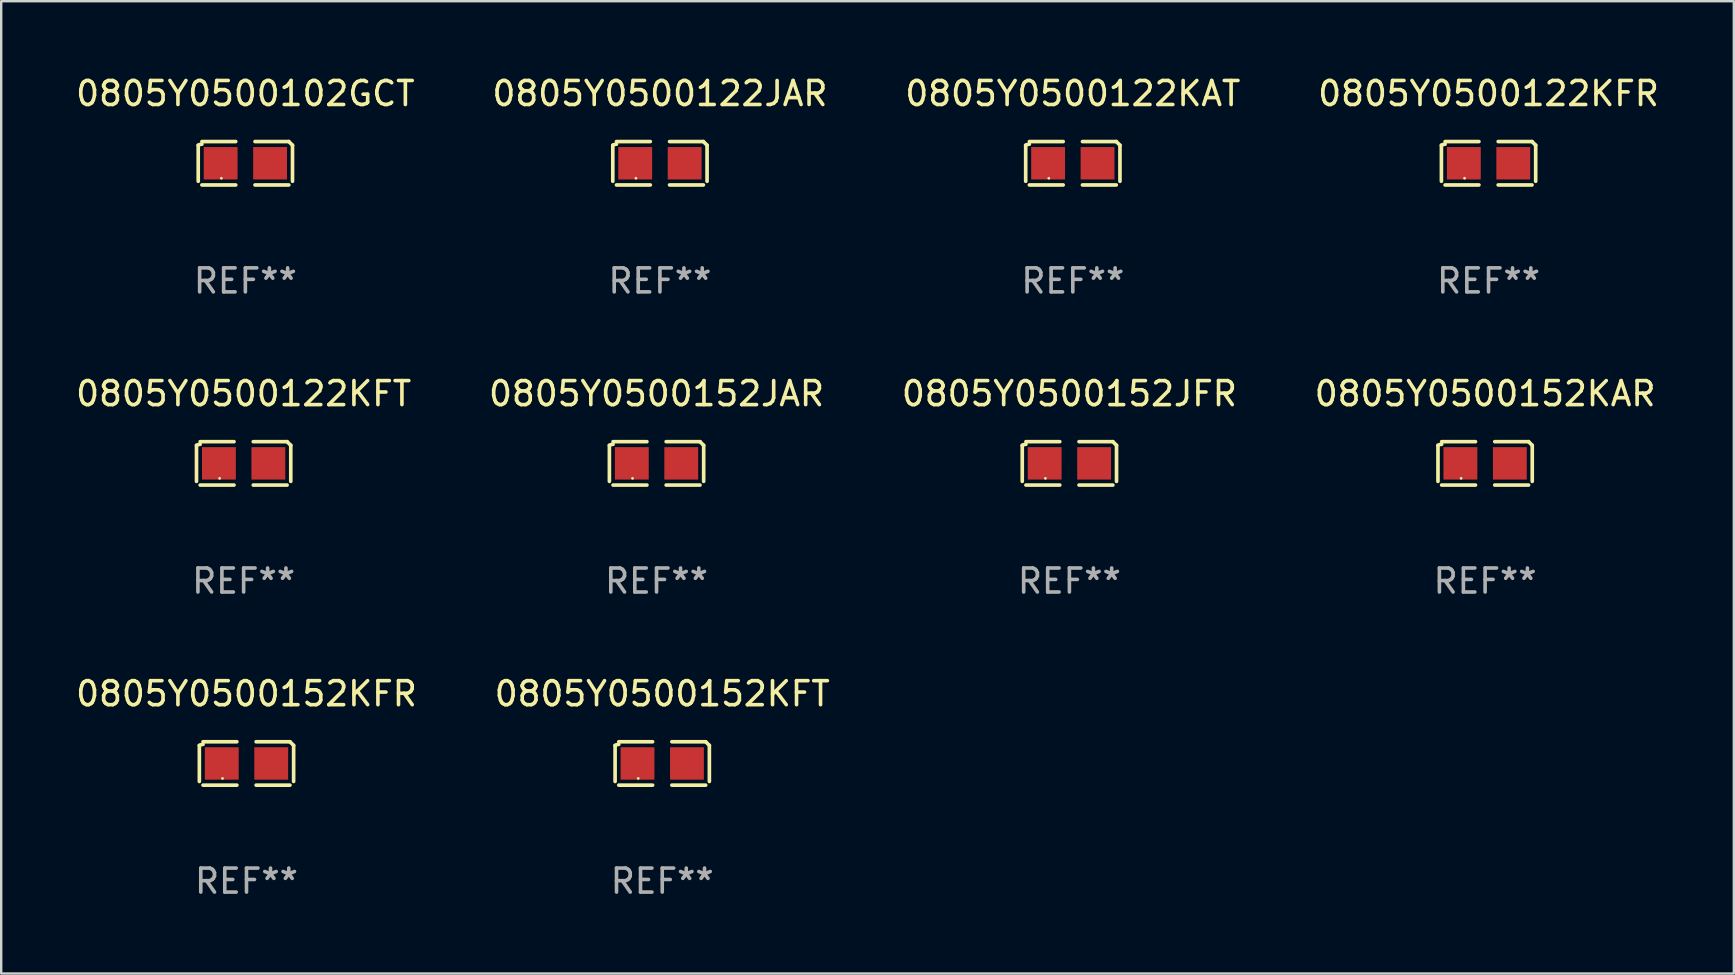
<source format=kicad_pcb>
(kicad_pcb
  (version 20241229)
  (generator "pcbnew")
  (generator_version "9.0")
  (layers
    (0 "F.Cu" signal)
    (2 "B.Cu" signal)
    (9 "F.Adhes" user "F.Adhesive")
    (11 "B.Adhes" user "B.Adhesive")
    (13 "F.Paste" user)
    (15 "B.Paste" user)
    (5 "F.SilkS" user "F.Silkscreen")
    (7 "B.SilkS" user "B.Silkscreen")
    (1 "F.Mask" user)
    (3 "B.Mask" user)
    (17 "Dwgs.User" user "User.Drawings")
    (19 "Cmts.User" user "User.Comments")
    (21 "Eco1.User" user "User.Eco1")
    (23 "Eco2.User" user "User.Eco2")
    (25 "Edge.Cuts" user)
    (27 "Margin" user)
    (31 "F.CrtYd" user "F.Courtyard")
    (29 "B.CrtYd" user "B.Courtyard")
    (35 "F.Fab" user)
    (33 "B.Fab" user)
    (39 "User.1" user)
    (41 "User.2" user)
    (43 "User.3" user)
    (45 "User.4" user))
  (footprint "0805Y0500102GCT"
    (layer "F.Cu")
    (at 7.173 3.752)
    (property "Reference" "0805Y0500102GCT" (at 0 -2.904 0) (layer "F.SilkS") (effects (font (size 1 1) (thickness 0.15))))
    (attr through_hole)
    (fp_line (start -1.964 0.751) (end -1.964 -0.751) (stroke (width 0.152) (type solid)) (layer "F.SilkS"))
    (fp_line (start -1.811 -0.904) (end -0.401 -0.904) (stroke (width 0.152) (type solid)) (layer "F.SilkS"))
    (fp_line (start -0.401 0.904) (end -1.811 0.904) (stroke (width 0.152) (type solid)) (layer "F.SilkS"))
    (fp_line (start 0.401 0.904) (end 1.811 0.904) (stroke (width 0.152) (type solid)) (layer "F.SilkS"))
    (fp_line (start 1.811 -0.904) (end 0.401 -0.904) (stroke (width 0.152) (type solid)) (layer "F.SilkS"))
    (fp_line (start 1.964 0.751) (end 1.964 -0.751) (stroke (width 0.152) (type solid)) (layer "F.SilkS"))
    (fp_arc (start -1.963602 -0.751207) (mid -1.890354 -0.783131) (end -1.811201 -0.794044) (stroke (width 0.1524) (type solid)) (layer "F.SilkS"))
    (fp_arc (start 1.811202 -0.903607) (mid 1.887413 -0.827418) (end 1.963602 -0.751207) (stroke (width 0.1524) (type solid)) (layer "F.SilkS"))
    (fp_circle (center -1 0.625) (end -0.97 0.625) (stroke (width 0.06) (type solid)) (fill no) (layer "F.SilkS"))
    (fp_text user "REF**" (at 0 4.904 0) (layer "F.Fab") (effects (font (size 1 1) (thickness 0.15))))
    (pad "1" smd rect (at -1.03 0) (size 1.41 1.35) (layers "F.Cu" "F.Mask" "F.Paste"))
    (pad "2" smd rect (at 1.03 0) (size 1.41 1.35) (layers "F.Cu" "F.Mask" "F.Paste")))
  (footprint "0805Y0500152KAR"
    (layer "F.Cu")
    (at 58.827 16.256)
    (property "Reference" "0805Y0500152KAR" (at 0 -2.904 0) (layer "F.SilkS") (effects (font (size 1 1) (thickness 0.15))))
    (attr through_hole)
    (fp_line (start -1.964 0.751) (end -1.964 -0.751) (stroke (width 0.152) (type solid)) (layer "F.SilkS"))
    (fp_line (start -1.811 -0.904) (end -0.401 -0.904) (stroke (width 0.152) (type solid)) (layer "F.SilkS"))
    (fp_line (start -0.401 0.904) (end -1.811 0.904) (stroke (width 0.152) (type solid)) (layer "F.SilkS"))
    (fp_line (start 0.401 0.904) (end 1.811 0.904) (stroke (width 0.152) (type solid)) (layer "F.SilkS"))
    (fp_line (start 1.811 -0.904) (end 0.401 -0.904) (stroke (width 0.152) (type solid)) (layer "F.SilkS"))
    (fp_line (start 1.964 0.751) (end 1.964 -0.751) (stroke (width 0.152) (type solid)) (layer "F.SilkS"))
    (fp_arc (start -1.963602 -0.751207) (mid -1.890354 -0.783131) (end -1.811201 -0.794044) (stroke (width 0.1524) (type solid)) (layer "F.SilkS"))
    (fp_arc (start 1.811202 -0.903607) (mid 1.887413 -0.827418) (end 1.963602 -0.751207) (stroke (width 0.1524) (type solid)) (layer "F.SilkS"))
    (fp_circle (center -1 0.625) (end -0.97 0.625) (stroke (width 0.06) (type solid)) (fill no) (layer "F.SilkS"))
    (fp_text user "REF**" (at 0 4.904 0) (layer "F.Fab") (effects (font (size 1 1) (thickness 0.15))))
    (pad "1" smd rect (at -1.03 0) (size 1.41 1.35) (layers "F.Cu" "F.Mask" "F.Paste"))
    (pad "2" smd rect (at 1.03 0) (size 1.41 1.35) (layers "F.Cu" "F.Mask" "F.Paste")))
  (footprint "0805Y0500122KFT"
    (layer "F.Cu")
    (at 7.101 16.256)
    (property "Reference" "0805Y0500122KFT" (at 0 -2.904 0) (layer "F.SilkS") (effects (font (size 1 1) (thickness 0.15))))
    (attr through_hole)
    (fp_line (start -1.964 0.751) (end -1.964 -0.751) (stroke (width 0.152) (type solid)) (layer "F.SilkS"))
    (fp_line (start -1.811 -0.904) (end -0.401 -0.904) (stroke (width 0.152) (type solid)) (layer "F.SilkS"))
    (fp_line (start -0.401 0.904) (end -1.811 0.904) (stroke (width 0.152) (type solid)) (layer "F.SilkS"))
    (fp_line (start 0.401 0.904) (end 1.811 0.904) (stroke (width 0.152) (type solid)) (layer "F.SilkS"))
    (fp_line (start 1.811 -0.904) (end 0.401 -0.904) (stroke (width 0.152) (type solid)) (layer "F.SilkS"))
    (fp_line (start 1.964 0.751) (end 1.964 -0.751) (stroke (width 0.152) (type solid)) (layer "F.SilkS"))
    (fp_arc (start -1.963602 -0.751207) (mid -1.890354 -0.783131) (end -1.811201 -0.794044) (stroke (width 0.1524) (type solid)) (layer "F.SilkS"))
    (fp_arc (start 1.811202 -0.903607) (mid 1.887413 -0.827418) (end 1.963602 -0.751207) (stroke (width 0.1524) (type solid)) (layer "F.SilkS"))
    (fp_circle (center -1 0.625) (end -0.97 0.625) (stroke (width 0.06) (type solid)) (fill no) (layer "F.SilkS"))
    (fp_text user "REF**" (at 0 4.904 0) (layer "F.Fab") (effects (font (size 1 1) (thickness 0.15))))
    (pad "1" smd rect (at -1.03 0) (size 1.41 1.35) (layers "F.Cu" "F.Mask" "F.Paste"))
    (pad "2" smd rect (at 1.03 0) (size 1.41 1.35) (layers "F.Cu" "F.Mask" "F.Paste")))
  (footprint "0805Y0500122KAT"
    (layer "F.Cu")
    (at 41.649 3.752)
    (property "Reference" "0805Y0500122KAT" (at 0 -2.904 0) (layer "F.SilkS") (effects (font (size 1 1) (thickness 0.15))))
    (attr through_hole)
    (fp_line (start -1.964 0.751) (end -1.964 -0.751) (stroke (width 0.152) (type solid)) (layer "F.SilkS"))
    (fp_line (start -1.811 -0.904) (end -0.401 -0.904) (stroke (width 0.152) (type solid)) (layer "F.SilkS"))
    (fp_line (start -0.401 0.904) (end -1.811 0.904) (stroke (width 0.152) (type solid)) (layer "F.SilkS"))
    (fp_line (start 0.401 0.904) (end 1.811 0.904) (stroke (width 0.152) (type solid)) (layer "F.SilkS"))
    (fp_line (start 1.811 -0.904) (end 0.401 -0.904) (stroke (width 0.152) (type solid)) (layer "F.SilkS"))
    (fp_line (start 1.964 0.751) (end 1.964 -0.751) (stroke (width 0.152) (type solid)) (layer "F.SilkS"))
    (fp_arc (start -1.963602 -0.751207) (mid -1.890354 -0.783131) (end -1.811201 -0.794044) (stroke (width 0.1524) (type solid)) (layer "F.SilkS"))
    (fp_arc (start 1.811202 -0.903607) (mid 1.887413 -0.827418) (end 1.963602 -0.751207) (stroke (width 0.1524) (type solid)) (layer "F.SilkS"))
    (fp_circle (center -1 0.625) (end -0.97 0.625) (stroke (width 0.06) (type solid)) (fill no) (layer "F.SilkS"))
    (fp_text user "REF**" (at 0 4.904 0) (layer "F.Fab") (effects (font (size 1 1) (thickness 0.15))))
    (pad "1" smd rect (at -1.03 0) (size 1.41 1.35) (layers "F.Cu" "F.Mask" "F.Paste"))
    (pad "2" smd rect (at 1.03 0) (size 1.41 1.35) (layers "F.Cu" "F.Mask" "F.Paste")))
  (footprint "0805Y0500152JAR"
    (layer "F.Cu")
    (at 24.304 16.256)
    (property "Reference" "0805Y0500152JAR" (at 0 -2.904 0) (layer "F.SilkS") (effects (font (size 1 1) (thickness 0.15))))
    (attr through_hole)
    (fp_line (start -1.964 0.751) (end -1.964 -0.751) (stroke (width 0.152) (type solid)) (layer "F.SilkS"))
    (fp_line (start -1.811 -0.904) (end -0.401 -0.904) (stroke (width 0.152) (type solid)) (layer "F.SilkS"))
    (fp_line (start -0.401 0.904) (end -1.811 0.904) (stroke (width 0.152) (type solid)) (layer "F.SilkS"))
    (fp_line (start 0.401 0.904) (end 1.811 0.904) (stroke (width 0.152) (type solid)) (layer "F.SilkS"))
    (fp_line (start 1.811 -0.904) (end 0.401 -0.904) (stroke (width 0.152) (type solid)) (layer "F.SilkS"))
    (fp_line (start 1.964 0.751) (end 1.964 -0.751) (stroke (width 0.152) (type solid)) (layer "F.SilkS"))
    (fp_arc (start -1.963602 -0.751207) (mid -1.890354 -0.783131) (end -1.811201 -0.794044) (stroke (width 0.1524) (type solid)) (layer "F.SilkS"))
    (fp_arc (start 1.811202 -0.903607) (mid 1.887413 -0.827418) (end 1.963602 -0.751207) (stroke (width 0.1524) (type solid)) (layer "F.SilkS"))
    (fp_circle (center -1 0.625) (end -0.97 0.625) (stroke (width 0.06) (type solid)) (fill no) (layer "F.SilkS"))
    (fp_text user "REF**" (at 0 4.904 0) (layer "F.Fab") (effects (font (size 1 1) (thickness 0.15))))
    (pad "1" smd rect (at -1.03 0) (size 1.41 1.35) (layers "F.Cu" "F.Mask" "F.Paste"))
    (pad "2" smd rect (at 1.03 0) (size 1.41 1.35) (layers "F.Cu" "F.Mask" "F.Paste")))
  (footprint "0805Y0500152KFR"
    (layer "F.Cu")
    (at 7.22 28.759)
    (property "Reference" "0805Y0500152KFR" (at 0 -2.904 0) (layer "F.SilkS") (effects (font (size 1 1) (thickness 0.15))))
    (attr through_hole)
    (fp_line (start -1.964 0.751) (end -1.964 -0.751) (stroke (width 0.152) (type solid)) (layer "F.SilkS"))
    (fp_line (start -1.811 -0.904) (end -0.401 -0.904) (stroke (width 0.152) (type solid)) (layer "F.SilkS"))
    (fp_line (start -0.401 0.904) (end -1.811 0.904) (stroke (width 0.152) (type solid)) (layer "F.SilkS"))
    (fp_line (start 0.401 0.904) (end 1.811 0.904) (stroke (width 0.152) (type solid)) (layer "F.SilkS"))
    (fp_line (start 1.811 -0.904) (end 0.401 -0.904) (stroke (width 0.152) (type solid)) (layer "F.SilkS"))
    (fp_line (start 1.964 0.751) (end 1.964 -0.751) (stroke (width 0.152) (type solid)) (layer "F.SilkS"))
    (fp_arc (start -1.963602 -0.751207) (mid -1.890354 -0.783131) (end -1.811201 -0.794044) (stroke (width 0.1524) (type solid)) (layer "F.SilkS"))
    (fp_arc (start 1.811202 -0.903607) (mid 1.887413 -0.827418) (end 1.963602 -0.751207) (stroke (width 0.1524) (type solid)) (layer "F.SilkS"))
    (fp_circle (center -1 0.625) (end -0.97 0.625) (stroke (width 0.06) (type solid)) (fill no) (layer "F.SilkS"))
    (fp_text user "REF**" (at 0 4.904 0) (layer "F.Fab") (effects (font (size 1 1) (thickness 0.15))))
    (pad "1" smd rect (at -1.03 0) (size 1.41 1.35) (layers "F.Cu" "F.Mask" "F.Paste"))
    (pad "2" smd rect (at 1.03 0) (size 1.41 1.35) (layers "F.Cu" "F.Mask" "F.Paste")))
  (footprint "0805Y0500122KFR"
    (layer "F.Cu")
    (at 58.97 3.752)
    (property "Reference" "0805Y0500122KFR" (at 0 -2.904 0) (layer "F.SilkS") (effects (font (size 1 1) (thickness 0.15))))
    (attr through_hole)
    (fp_line (start -1.964 0.751) (end -1.964 -0.751) (stroke (width 0.152) (type solid)) (layer "F.SilkS"))
    (fp_line (start -1.811 -0.904) (end -0.401 -0.904) (stroke (width 0.152) (type solid)) (layer "F.SilkS"))
    (fp_line (start -0.401 0.904) (end -1.811 0.904) (stroke (width 0.152) (type solid)) (layer "F.SilkS"))
    (fp_line (start 0.401 0.904) (end 1.811 0.904) (stroke (width 0.152) (type solid)) (layer "F.SilkS"))
    (fp_line (start 1.811 -0.904) (end 0.401 -0.904) (stroke (width 0.152) (type solid)) (layer "F.SilkS"))
    (fp_line (start 1.964 0.751) (end 1.964 -0.751) (stroke (width 0.152) (type solid)) (layer "F.SilkS"))
    (fp_arc (start -1.963602 -0.751207) (mid -1.890354 -0.783131) (end -1.811201 -0.794044) (stroke (width 0.1524) (type solid)) (layer "F.SilkS"))
    (fp_arc (start 1.811202 -0.903607) (mid 1.887413 -0.827418) (end 1.963602 -0.751207) (stroke (width 0.1524) (type solid)) (layer "F.SilkS"))
    (fp_circle (center -1 0.625) (end -0.97 0.625) (stroke (width 0.06) (type solid)) (fill no) (layer "F.SilkS"))
    (fp_text user "REF**" (at 0 4.904 0) (layer "F.Fab") (effects (font (size 1 1) (thickness 0.15))))
    (pad "1" smd rect (at -1.03 0) (size 1.41 1.35) (layers "F.Cu" "F.Mask" "F.Paste"))
    (pad "2" smd rect (at 1.03 0) (size 1.41 1.35) (layers "F.Cu" "F.Mask" "F.Paste")))
  (footprint "0805Y0500152KFT"
    (layer "F.Cu")
    (at 24.542 28.759)
    (property "Reference" "0805Y0500152KFT" (at 0 -2.904 0) (layer "F.SilkS") (effects (font (size 1 1) (thickness 0.15))))
    (attr through_hole)
    (fp_line (start -1.964 0.751) (end -1.964 -0.751) (stroke (width 0.152) (type solid)) (layer "F.SilkS"))
    (fp_line (start -1.811 -0.904) (end -0.401 -0.904) (stroke (width 0.152) (type solid)) (layer "F.SilkS"))
    (fp_line (start -0.401 0.904) (end -1.811 0.904) (stroke (width 0.152) (type solid)) (layer "F.SilkS"))
    (fp_line (start 0.401 0.904) (end 1.811 0.904) (stroke (width 0.152) (type solid)) (layer "F.SilkS"))
    (fp_line (start 1.811 -0.904) (end 0.401 -0.904) (stroke (width 0.152) (type solid)) (layer "F.SilkS"))
    (fp_line (start 1.964 0.751) (end 1.964 -0.751) (stroke (width 0.152) (type solid)) (layer "F.SilkS"))
    (fp_arc (start -1.963602 -0.751207) (mid -1.890354 -0.783131) (end -1.811201 -0.794044) (stroke (width 0.1524) (type solid)) (layer "F.SilkS"))
    (fp_arc (start 1.811202 -0.903607) (mid 1.887413 -0.827418) (end 1.963602 -0.751207) (stroke (width 0.1524) (type solid)) (layer "F.SilkS"))
    (fp_circle (center -1 0.625) (end -0.97 0.625) (stroke (width 0.06) (type solid)) (fill no) (layer "F.SilkS"))
    (fp_text user "REF**" (at 0 4.904 0) (layer "F.Fab") (effects (font (size 1 1) (thickness 0.15))))
    (pad "1" smd rect (at -1.03 0) (size 1.41 1.35) (layers "F.Cu" "F.Mask" "F.Paste"))
    (pad "2" smd rect (at 1.03 0) (size 1.41 1.35) (layers "F.Cu" "F.Mask" "F.Paste")))
  (footprint "0805Y0500152JFR"
    (layer "F.Cu")
    (at 41.506 16.256)
    (property "Reference" "0805Y0500152JFR" (at 0 -2.904 0) (layer "F.SilkS") (effects (font (size 1 1) (thickness 0.15))))
    (attr through_hole)
    (fp_line (start -1.964 0.751) (end -1.964 -0.751) (stroke (width 0.152) (type solid)) (layer "F.SilkS"))
    (fp_line (start -1.811 -0.904) (end -0.401 -0.904) (stroke (width 0.152) (type solid)) (layer "F.SilkS"))
    (fp_line (start -0.401 0.904) (end -1.811 0.904) (stroke (width 0.152) (type solid)) (layer "F.SilkS"))
    (fp_line (start 0.401 0.904) (end 1.811 0.904) (stroke (width 0.152) (type solid)) (layer "F.SilkS"))
    (fp_line (start 1.811 -0.904) (end 0.401 -0.904) (stroke (width 0.152) (type solid)) (layer "F.SilkS"))
    (fp_line (start 1.964 0.751) (end 1.964 -0.751) (stroke (width 0.152) (type solid)) (layer "F.SilkS"))
    (fp_arc (start -1.963602 -0.751207) (mid -1.890354 -0.783131) (end -1.811201 -0.794044) (stroke (width 0.1524) (type solid)) (layer "F.SilkS"))
    (fp_arc (start 1.811202 -0.903607) (mid 1.887413 -0.827418) (end 1.963602 -0.751207) (stroke (width 0.1524) (type solid)) (layer "F.SilkS"))
    (fp_circle (center -1 0.625) (end -0.97 0.625) (stroke (width 0.06) (type solid)) (fill no) (layer "F.SilkS"))
    (fp_text user "REF**" (at 0 4.904 0) (layer "F.Fab") (effects (font (size 1 1) (thickness 0.15))))
    (pad "1" smd rect (at -1.03 0) (size 1.41 1.35) (layers "F.Cu" "F.Mask" "F.Paste"))
    (pad "2" smd rect (at 1.03 0) (size 1.41 1.35) (layers "F.Cu" "F.Mask" "F.Paste")))
  (footprint "0805Y0500122JAR"
    (layer "F.Cu")
    (at 24.446 3.752)
    (property "Reference" "0805Y0500122JAR" (at 0 -2.904 0) (layer "F.SilkS") (effects (font (size 1 1) (thickness 0.15))))
    (attr through_hole)
    (fp_line (start -1.964 0.751) (end -1.964 -0.751) (stroke (width 0.152) (type solid)) (layer "F.SilkS"))
    (fp_line (start -1.811 -0.904) (end -0.401 -0.904) (stroke (width 0.152) (type solid)) (layer "F.SilkS"))
    (fp_line (start -0.401 0.904) (end -1.811 0.904) (stroke (width 0.152) (type solid)) (layer "F.SilkS"))
    (fp_line (start 0.401 0.904) (end 1.811 0.904) (stroke (width 0.152) (type solid)) (layer "F.SilkS"))
    (fp_line (start 1.811 -0.904) (end 0.401 -0.904) (stroke (width 0.152) (type solid)) (layer "F.SilkS"))
    (fp_line (start 1.964 0.751) (end 1.964 -0.751) (stroke (width 0.152) (type solid)) (layer "F.SilkS"))
    (fp_arc (start -1.963602 -0.751207) (mid -1.890354 -0.783131) (end -1.811201 -0.794044) (stroke (width 0.1524) (type solid)) (layer "F.SilkS"))
    (fp_arc (start 1.811202 -0.903607) (mid 1.887413 -0.827418) (end 1.963602 -0.751207) (stroke (width 0.1524) (type solid)) (layer "F.SilkS"))
    (fp_circle (center -1 0.625) (end -0.97 0.625) (stroke (width 0.06) (type solid)) (fill no) (layer "F.SilkS"))
    (fp_text user "REF**" (at 0 4.904 0) (layer "F.Fab") (effects (font (size 1 1) (thickness 0.15))))
    (pad "1" smd rect (at -1.03 0) (size 1.41 1.35) (layers "F.Cu" "F.Mask" "F.Paste"))
    (pad "2" smd rect (at 1.03 0) (size 1.41 1.35) (layers "F.Cu" "F.Mask" "F.Paste")))
  (gr_rect
    (start -3 -3)
    (end 69.19 37.511)
    (stroke (width 0.1) (type default))
    (fill no)
    (layer "Edge.Cuts")))
</source>
